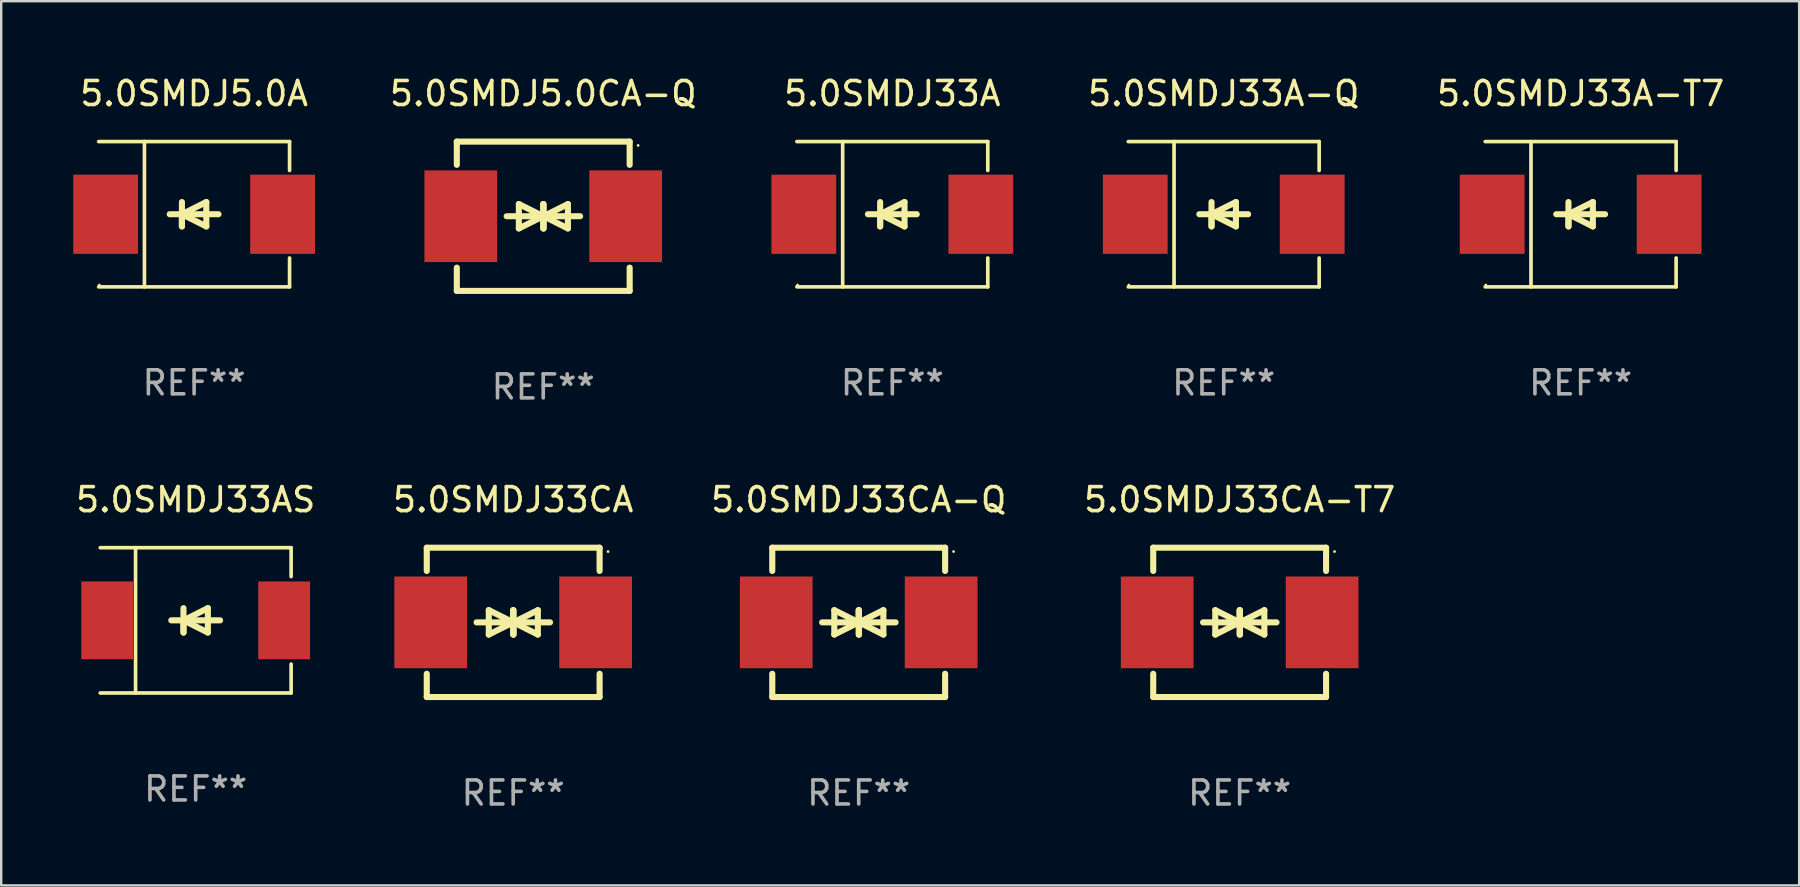
<source format=kicad_pcb>
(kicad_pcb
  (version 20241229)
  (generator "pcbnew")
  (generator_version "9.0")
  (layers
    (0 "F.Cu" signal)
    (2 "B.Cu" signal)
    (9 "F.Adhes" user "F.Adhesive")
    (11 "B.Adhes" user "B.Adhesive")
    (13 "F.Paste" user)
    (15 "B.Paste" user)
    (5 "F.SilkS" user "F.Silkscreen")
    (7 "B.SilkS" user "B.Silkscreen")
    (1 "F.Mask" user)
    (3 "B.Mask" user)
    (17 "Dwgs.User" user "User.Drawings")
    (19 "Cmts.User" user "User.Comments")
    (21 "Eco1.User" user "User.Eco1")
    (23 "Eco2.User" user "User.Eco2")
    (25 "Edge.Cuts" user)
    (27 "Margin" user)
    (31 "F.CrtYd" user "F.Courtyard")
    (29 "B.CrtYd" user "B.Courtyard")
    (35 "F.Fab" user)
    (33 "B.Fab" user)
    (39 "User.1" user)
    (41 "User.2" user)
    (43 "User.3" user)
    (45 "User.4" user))
  (footprint "5.0SMDJ33AS"
    (layer "F.Cu")
    (at 5.101 22.791)
    (property "Reference" "5.0SMDJ33AS" (at 0 -5.026 0) (layer "F.SilkS") (effects (font (size 1 1) (thickness 0.15))))
    (attr through_hole)
    (fp_line (start -3.976 -3.026) (end 3.976 -3.026) (stroke (width 0.152) (type solid)) (layer "F.SilkS"))
    (fp_line (start -3.976 3.026) (end 3.976 3.026) (stroke (width 0.152) (type solid)) (layer "F.SilkS"))
    (fp_line (start -2.504 -3.026) (end -2.504 3.026) (stroke (width 0.152) (type solid)) (layer "F.SilkS"))
    (fp_line (start -0.508 0) (end -0.508 0.508) (stroke (width 0.254) (type solid)) (layer "F.SilkS"))
    (fp_line (start -0.508 0) (end 0.508 0.508) (stroke (width 0.254) (type solid)) (layer "F.SilkS"))
    (fp_line (start -0.508 0.508) (end -0.508 -0.508) (stroke (width 0.254) (type solid)) (layer "F.SilkS"))
    (fp_line (start 0.508 -0.508) (end -0.508 0) (stroke (width 0.254) (type solid)) (layer "F.SilkS"))
    (fp_line (start 0.508 0.508) (end 0.508 -0.508) (stroke (width 0.254) (type solid)) (layer "F.SilkS"))
    (fp_line (start 1.016 0) (end -1.016 0) (stroke (width 0.254) (type solid)) (layer "F.SilkS"))
    (fp_line (start 3.976 -3.026) (end 3.976 -1.823) (stroke (width 0.152) (type solid)) (layer "F.SilkS"))
    (fp_line (start 3.976 3.026) (end 3.976 1.823) (stroke (width 0.152) (type solid)) (layer "F.SilkS"))
    (fp_circle (center 3.95 -2.95) (end 3.98 -2.95) (stroke (width 0.06) (type solid)) (fill no) (layer "F.SilkS"))
    (fp_text user "REF**" (at 0 7.026 0) (layer "F.Fab") (effects (font (size 1 1) (thickness 0.15))))
    (pad "1" smd rect (at 3.686 0 180) (size 2.158 3.24) (layers "F.Cu" "F.Mask" "F.Paste"))
    (pad "2" smd rect (at -3.686 0 180) (size 2.158 3.24) (layers "F.Cu" "F.Mask" "F.Paste")))
  (footprint "5.0SMDJ33A-T7"
    (layer "F.Cu")
    (at 62.794 5.874)
    (property "Reference" "5.0SMDJ33A-T7" (at 0 -5.026 0) (layer "F.SilkS") (effects (font (size 1 1) (thickness 0.15))))
    (attr through_hole)
    (fp_line (start -3.976 -3.026) (end 3.976 -3.026) (stroke (width 0.152) (type solid)) (layer "F.SilkS"))
    (fp_line (start -3.976 3.026) (end 3.976 3.026) (stroke (width 0.152) (type solid)) (layer "F.SilkS"))
    (fp_line (start -2.069 -3.026) (end -2.069 3.026) (stroke (width 0.152) (type solid)) (layer "F.SilkS"))
    (fp_line (start -0.508 0) (end -0.508 0.508) (stroke (width 0.254) (type solid)) (layer "F.SilkS"))
    (fp_line (start -0.508 0) (end 0.508 0.508) (stroke (width 0.254) (type solid)) (layer "F.SilkS"))
    (fp_line (start -0.508 0.508) (end -0.508 -0.508) (stroke (width 0.254) (type solid)) (layer "F.SilkS"))
    (fp_line (start 0.508 -0.508) (end -0.508 0) (stroke (width 0.254) (type solid)) (layer "F.SilkS"))
    (fp_line (start 0.508 0.508) (end 0.508 -0.508) (stroke (width 0.254) (type solid)) (layer "F.SilkS"))
    (fp_line (start 1.016 0) (end -1.016 0) (stroke (width 0.254) (type solid)) (layer "F.SilkS"))
    (fp_line (start 3.976 -3.026) (end 3.976 -1.823) (stroke (width 0.152) (type solid)) (layer "F.SilkS"))
    (fp_line (start 3.976 3.026) (end 3.976 1.823) (stroke (width 0.152) (type solid)) (layer "F.SilkS"))
    (fp_circle (center -3.95 2.95) (end -3.92 2.95) (stroke (width 0.06) (type solid)) (fill no) (layer "F.SilkS"))
    (fp_text user "REF**" (at 0 7.026 0) (layer "F.Fab") (effects (font (size 1 1) (thickness 0.15))))
    (pad "1" smd rect (at -3.686 0) (size 2.7 3.3) (layers "F.Cu" "F.Mask" "F.Paste"))
    (pad "2" smd rect (at 3.686 0) (size 2.7 3.3) (layers "F.Cu" "F.Mask" "F.Paste")))
  (footprint "5.0SMDJ33A"
    (layer "F.Cu")
    (at 34.121 5.874)
    (property "Reference" "5.0SMDJ33A" (at 0 -5.026 0) (layer "F.SilkS") (effects (font (size 1 1) (thickness 0.15))))
    (attr through_hole)
    (fp_line (start -3.976 -3.026) (end 3.976 -3.026) (stroke (width 0.152) (type solid)) (layer "F.SilkS"))
    (fp_line (start -3.976 3.026) (end 3.976 3.026) (stroke (width 0.152) (type solid)) (layer "F.SilkS"))
    (fp_line (start -2.069 -3.026) (end -2.069 3.026) (stroke (width 0.152) (type solid)) (layer "F.SilkS"))
    (fp_line (start -0.508 0) (end -0.508 0.508) (stroke (width 0.254) (type solid)) (layer "F.SilkS"))
    (fp_line (start -0.508 0) (end 0.508 0.508) (stroke (width 0.254) (type solid)) (layer "F.SilkS"))
    (fp_line (start -0.508 0.508) (end -0.508 -0.508) (stroke (width 0.254) (type solid)) (layer "F.SilkS"))
    (fp_line (start 0.508 -0.508) (end -0.508 0) (stroke (width 0.254) (type solid)) (layer "F.SilkS"))
    (fp_line (start 0.508 0.508) (end 0.508 -0.508) (stroke (width 0.254) (type solid)) (layer "F.SilkS"))
    (fp_line (start 1.016 0) (end -1.016 0) (stroke (width 0.254) (type solid)) (layer "F.SilkS"))
    (fp_line (start 3.976 -3.026) (end 3.976 -1.823) (stroke (width 0.152) (type solid)) (layer "F.SilkS"))
    (fp_line (start 3.976 3.026) (end 3.976 1.823) (stroke (width 0.152) (type solid)) (layer "F.SilkS"))
    (fp_circle (center -3.95 2.95) (end -3.92 2.95) (stroke (width 0.06) (type solid)) (fill no) (layer "F.SilkS"))
    (fp_text user "REF**" (at 0 7.026 0) (layer "F.Fab") (effects (font (size 1 1) (thickness 0.15))))
    (pad "1" smd rect (at -3.686 0) (size 2.7 3.3) (layers "F.Cu" "F.Mask" "F.Paste"))
    (pad "2" smd rect (at 3.686 0) (size 2.7 3.3) (layers "F.Cu" "F.Mask" "F.Paste")))
  (footprint "5.0SMDJ33CA"
    (layer "F.Cu")
    (at 18.327 22.875)
    (property "Reference" "5.0SMDJ33CA" (at 0 -5.11 0) (layer "F.SilkS") (effects (font (size 1 1) (thickness 0.15))))
    (attr through_hole)
    (fp_line (start -3.6 -2.141) (end -3.6 -3.11) (stroke (width 0.254) (type solid)) (layer "F.SilkS"))
    (fp_line (start -3.6 3.11) (end -3.6 2.141) (stroke (width 0.254) (type solid)) (layer "F.SilkS"))
    (fp_line (start -1.524 0) (end 0.508 0) (stroke (width 0.254) (type solid)) (layer "F.SilkS"))
    (fp_line (start -1.016 -0.508) (end -1.016 0.508) (stroke (width 0.254) (type solid)) (layer "F.SilkS"))
    (fp_line (start -1.016 0.508) (end 0 0) (stroke (width 0.254) (type solid)) (layer "F.SilkS"))
    (fp_line (start 0 -0.508) (end 0 0.508) (stroke (width 0.254) (type solid)) (layer "F.SilkS"))
    (fp_line (start 0 0) (end -1.016 -0.508) (stroke (width 0.254) (type solid)) (layer "F.SilkS"))
    (fp_line (start 0 0) (end 0 -0.508) (stroke (width 0.254) (type solid)) (layer "F.SilkS"))
    (fp_line (start 0.012 0) (end 0.012 0.508) (stroke (width 0.254) (type solid)) (layer "F.SilkS"))
    (fp_line (start 0.012 0) (end 1.028 0.508) (stroke (width 0.254) (type solid)) (layer "F.SilkS"))
    (fp_line (start 0.012 0.508) (end 0.012 -0.508) (stroke (width 0.254) (type solid)) (layer "F.SilkS"))
    (fp_line (start 1.028 -0.508) (end 0.012 0) (stroke (width 0.254) (type solid)) (layer "F.SilkS"))
    (fp_line (start 1.028 0.508) (end 1.028 -0.508) (stroke (width 0.254) (type solid)) (layer "F.SilkS"))
    (fp_line (start 1.536 0) (end -0.496 0) (stroke (width 0.254) (type solid)) (layer "F.SilkS"))
    (fp_line (start 3.6 -3.11) (end -3.6 -3.11) (stroke (width 0.254) (type solid)) (layer "F.SilkS"))
    (fp_line (start 3.6 -2.141) (end 3.6 -3.11) (stroke (width 0.254) (type solid)) (layer "F.SilkS"))
    (fp_line (start 3.6 3.11) (end -3.6 3.11) (stroke (width 0.254) (type solid)) (layer "F.SilkS"))
    (fp_line (start 3.6 3.11) (end 3.6 2.141) (stroke (width 0.254) (type solid)) (layer "F.SilkS"))
    (fp_circle (center 3.952 -2.95) (end 3.982 -2.95) (stroke (width 0.06) (type solid)) (fill no) (layer "F.SilkS"))
    (fp_text user "REF**" (at 0 7.11 0) (layer "F.Fab") (effects (font (size 1 1) (thickness 0.15))))
    (pad "1" smd rect (at 3.435 0) (size 3.03 3.82) (layers "F.Cu" "F.Mask" "F.Paste"))
    (pad "2" smd rect (at -3.435 0) (size 3.03 3.82) (layers "F.Cu" "F.Mask" "F.Paste")))
  (footprint "5.0SMDJ5.0CA-Q"
    (layer "F.Cu")
    (at 19.579 5.958)
    (property "Reference" "5.0SMDJ5.0CA-Q" (at 0 -5.11 0) (layer "F.SilkS") (effects (font (size 1 1) (thickness 0.15))))
    (attr through_hole)
    (fp_line (start -3.6 -2.141) (end -3.6 -3.11) (stroke (width 0.254) (type solid)) (layer "F.SilkS"))
    (fp_line (start -3.6 3.11) (end -3.6 2.141) (stroke (width 0.254) (type solid)) (layer "F.SilkS"))
    (fp_line (start -1.524 0) (end 0.508 0) (stroke (width 0.254) (type solid)) (layer "F.SilkS"))
    (fp_line (start -1.016 -0.508) (end -1.016 0.508) (stroke (width 0.254) (type solid)) (layer "F.SilkS"))
    (fp_line (start -1.016 0.508) (end 0 0) (stroke (width 0.254) (type solid)) (layer "F.SilkS"))
    (fp_line (start 0 -0.508) (end 0 0.508) (stroke (width 0.254) (type solid)) (layer "F.SilkS"))
    (fp_line (start 0 0) (end -1.016 -0.508) (stroke (width 0.254) (type solid)) (layer "F.SilkS"))
    (fp_line (start 0 0) (end 0 -0.508) (stroke (width 0.254) (type solid)) (layer "F.SilkS"))
    (fp_line (start 0.012 0) (end 0.012 0.508) (stroke (width 0.254) (type solid)) (layer "F.SilkS"))
    (fp_line (start 0.012 0) (end 1.028 0.508) (stroke (width 0.254) (type solid)) (layer "F.SilkS"))
    (fp_line (start 0.012 0.508) (end 0.012 -0.508) (stroke (width 0.254) (type solid)) (layer "F.SilkS"))
    (fp_line (start 1.028 -0.508) (end 0.012 0) (stroke (width 0.254) (type solid)) (layer "F.SilkS"))
    (fp_line (start 1.028 0.508) (end 1.028 -0.508) (stroke (width 0.254) (type solid)) (layer "F.SilkS"))
    (fp_line (start 1.536 0) (end -0.496 0) (stroke (width 0.254) (type solid)) (layer "F.SilkS"))
    (fp_line (start 3.6 -3.11) (end -3.6 -3.11) (stroke (width 0.254) (type solid)) (layer "F.SilkS"))
    (fp_line (start 3.6 -2.141) (end 3.6 -3.11) (stroke (width 0.254) (type solid)) (layer "F.SilkS"))
    (fp_line (start 3.6 3.11) (end -3.6 3.11) (stroke (width 0.254) (type solid)) (layer "F.SilkS"))
    (fp_line (start 3.6 3.11) (end 3.6 2.141) (stroke (width 0.254) (type solid)) (layer "F.SilkS"))
    (fp_circle (center 3.952 -2.95) (end 3.982 -2.95) (stroke (width 0.06) (type solid)) (fill no) (layer "F.SilkS"))
    (fp_text user "REF**" (at 0 7.11 0) (layer "F.Fab") (effects (font (size 1 1) (thickness 0.15))))
    (pad "1" smd rect (at 3.435 0) (size 3.03 3.82) (layers "F.Cu" "F.Mask" "F.Paste"))
    (pad "2" smd rect (at -3.435 0) (size 3.03 3.82) (layers "F.Cu" "F.Mask" "F.Paste")))
  (footprint "5.0SMDJ5.0A"
    (layer "F.Cu")
    (at 5.036 5.874)
    (property "Reference" "5.0SMDJ5.0A" (at 0 -5.026 0) (layer "F.SilkS") (effects (font (size 1 1) (thickness 0.15))))
    (attr through_hole)
    (fp_line (start -3.976 -3.026) (end 3.976 -3.026) (stroke (width 0.152) (type solid)) (layer "F.SilkS"))
    (fp_line (start -3.976 3.026) (end 3.976 3.026) (stroke (width 0.152) (type solid)) (layer "F.SilkS"))
    (fp_line (start -2.069 -3.026) (end -2.069 3.026) (stroke (width 0.152) (type solid)) (layer "F.SilkS"))
    (fp_line (start -0.508 0) (end -0.508 0.508) (stroke (width 0.254) (type solid)) (layer "F.SilkS"))
    (fp_line (start -0.508 0) (end 0.508 0.508) (stroke (width 0.254) (type solid)) (layer "F.SilkS"))
    (fp_line (start -0.508 0.508) (end -0.508 -0.508) (stroke (width 0.254) (type solid)) (layer "F.SilkS"))
    (fp_line (start 0.508 -0.508) (end -0.508 0) (stroke (width 0.254) (type solid)) (layer "F.SilkS"))
    (fp_line (start 0.508 0.508) (end 0.508 -0.508) (stroke (width 0.254) (type solid)) (layer "F.SilkS"))
    (fp_line (start 1.016 0) (end -1.016 0) (stroke (width 0.254) (type solid)) (layer "F.SilkS"))
    (fp_line (start 3.976 -3.026) (end 3.976 -1.823) (stroke (width 0.152) (type solid)) (layer "F.SilkS"))
    (fp_line (start 3.976 3.026) (end 3.976 1.823) (stroke (width 0.152) (type solid)) (layer "F.SilkS"))
    (fp_circle (center -3.95 2.95) (end -3.92 2.95) (stroke (width 0.06) (type solid)) (fill no) (layer "F.SilkS"))
    (fp_text user "REF**" (at 0 7.026 0) (layer "F.Fab") (effects (font (size 1 1) (thickness 0.15))))
    (pad "1" smd rect (at -3.686 0) (size 2.7 3.3) (layers "F.Cu" "F.Mask" "F.Paste"))
    (pad "2" smd rect (at 3.686 0) (size 2.7 3.3) (layers "F.Cu" "F.Mask" "F.Paste")))
  (footprint "5.0SMDJ33CA-Q"
    (layer "F.Cu")
    (at 32.72 22.875)
    (property "Reference" "5.0SMDJ33CA-Q" (at 0 -5.11 0) (layer "F.SilkS") (effects (font (size 1 1) (thickness 0.15))))
    (attr through_hole)
    (fp_line (start -3.6 -2.141) (end -3.6 -3.11) (stroke (width 0.254) (type solid)) (layer "F.SilkS"))
    (fp_line (start -3.6 3.11) (end -3.6 2.141) (stroke (width 0.254) (type solid)) (layer "F.SilkS"))
    (fp_line (start -1.524 0) (end 0.508 0) (stroke (width 0.254) (type solid)) (layer "F.SilkS"))
    (fp_line (start -1.016 -0.508) (end -1.016 0.508) (stroke (width 0.254) (type solid)) (layer "F.SilkS"))
    (fp_line (start -1.016 0.508) (end 0 0) (stroke (width 0.254) (type solid)) (layer "F.SilkS"))
    (fp_line (start 0 -0.508) (end 0 0.508) (stroke (width 0.254) (type solid)) (layer "F.SilkS"))
    (fp_line (start 0 0) (end -1.016 -0.508) (stroke (width 0.254) (type solid)) (layer "F.SilkS"))
    (fp_line (start 0 0) (end 0 -0.508) (stroke (width 0.254) (type solid)) (layer "F.SilkS"))
    (fp_line (start 0.012 0) (end 0.012 0.508) (stroke (width 0.254) (type solid)) (layer "F.SilkS"))
    (fp_line (start 0.012 0) (end 1.028 0.508) (stroke (width 0.254) (type solid)) (layer "F.SilkS"))
    (fp_line (start 0.012 0.508) (end 0.012 -0.508) (stroke (width 0.254) (type solid)) (layer "F.SilkS"))
    (fp_line (start 1.028 -0.508) (end 0.012 0) (stroke (width 0.254) (type solid)) (layer "F.SilkS"))
    (fp_line (start 1.028 0.508) (end 1.028 -0.508) (stroke (width 0.254) (type solid)) (layer "F.SilkS"))
    (fp_line (start 1.536 0) (end -0.496 0) (stroke (width 0.254) (type solid)) (layer "F.SilkS"))
    (fp_line (start 3.6 -3.11) (end -3.6 -3.11) (stroke (width 0.254) (type solid)) (layer "F.SilkS"))
    (fp_line (start 3.6 -2.141) (end 3.6 -3.11) (stroke (width 0.254) (type solid)) (layer "F.SilkS"))
    (fp_line (start 3.6 3.11) (end -3.6 3.11) (stroke (width 0.254) (type solid)) (layer "F.SilkS"))
    (fp_line (start 3.6 3.11) (end 3.6 2.141) (stroke (width 0.254) (type solid)) (layer "F.SilkS"))
    (fp_circle (center 3.952 -2.95) (end 3.982 -2.95) (stroke (width 0.06) (type solid)) (fill no) (layer "F.SilkS"))
    (fp_text user "REF**" (at 0 7.11 0) (layer "F.Fab") (effects (font (size 1 1) (thickness 0.15))))
    (pad "1" smd rect (at 3.435 0) (size 3.03 3.82) (layers "F.Cu" "F.Mask" "F.Paste"))
    (pad "2" smd rect (at -3.435 0) (size 3.03 3.82) (layers "F.Cu" "F.Mask" "F.Paste")))
  (footprint "5.0SMDJ33CA-T7"
    (layer "F.Cu")
    (at 48.589 22.875)
    (property "Reference" "5.0SMDJ33CA-T7" (at 0 -5.11 0) (layer "F.SilkS") (effects (font (size 1 1) (thickness 0.15))))
    (attr through_hole)
    (fp_line (start -3.6 -2.141) (end -3.6 -3.11) (stroke (width 0.254) (type solid)) (layer "F.SilkS"))
    (fp_line (start -3.6 3.11) (end -3.6 2.141) (stroke (width 0.254) (type solid)) (layer "F.SilkS"))
    (fp_line (start -1.524 0) (end 0.508 0) (stroke (width 0.254) (type solid)) (layer "F.SilkS"))
    (fp_line (start -1.016 -0.508) (end -1.016 0.508) (stroke (width 0.254) (type solid)) (layer "F.SilkS"))
    (fp_line (start -1.016 0.508) (end 0 0) (stroke (width 0.254) (type solid)) (layer "F.SilkS"))
    (fp_line (start 0 -0.508) (end 0 0.508) (stroke (width 0.254) (type solid)) (layer "F.SilkS"))
    (fp_line (start 0 0) (end -1.016 -0.508) (stroke (width 0.254) (type solid)) (layer "F.SilkS"))
    (fp_line (start 0 0) (end 0 -0.508) (stroke (width 0.254) (type solid)) (layer "F.SilkS"))
    (fp_line (start 0.012 0) (end 0.012 0.508) (stroke (width 0.254) (type solid)) (layer "F.SilkS"))
    (fp_line (start 0.012 0) (end 1.028 0.508) (stroke (width 0.254) (type solid)) (layer "F.SilkS"))
    (fp_line (start 0.012 0.508) (end 0.012 -0.508) (stroke (width 0.254) (type solid)) (layer "F.SilkS"))
    (fp_line (start 1.028 -0.508) (end 0.012 0) (stroke (width 0.254) (type solid)) (layer "F.SilkS"))
    (fp_line (start 1.028 0.508) (end 1.028 -0.508) (stroke (width 0.254) (type solid)) (layer "F.SilkS"))
    (fp_line (start 1.536 0) (end -0.496 0) (stroke (width 0.254) (type solid)) (layer "F.SilkS"))
    (fp_line (start 3.6 -3.11) (end -3.6 -3.11) (stroke (width 0.254) (type solid)) (layer "F.SilkS"))
    (fp_line (start 3.6 -2.141) (end 3.6 -3.11) (stroke (width 0.254) (type solid)) (layer "F.SilkS"))
    (fp_line (start 3.6 3.11) (end -3.6 3.11) (stroke (width 0.254) (type solid)) (layer "F.SilkS"))
    (fp_line (start 3.6 3.11) (end 3.6 2.141) (stroke (width 0.254) (type solid)) (layer "F.SilkS"))
    (fp_circle (center 3.952 -2.95) (end 3.982 -2.95) (stroke (width 0.06) (type solid)) (fill no) (layer "F.SilkS"))
    (fp_text user "REF**" (at 0 7.11 0) (layer "F.Fab") (effects (font (size 1 1) (thickness 0.15))))
    (pad "1" smd rect (at 3.435 0) (size 3.03 3.82) (layers "F.Cu" "F.Mask" "F.Paste"))
    (pad "2" smd rect (at -3.435 0) (size 3.03 3.82) (layers "F.Cu" "F.Mask" "F.Paste")))
  (footprint "5.0SMDJ33A-Q"
    (layer "F.Cu")
    (at 47.925 5.874)
    (property "Reference" "5.0SMDJ33A-Q" (at 0 -5.026 0) (layer "F.SilkS") (effects (font (size 1 1) (thickness 0.15))))
    (attr through_hole)
    (fp_line (start -3.976 -3.026) (end 3.976 -3.026) (stroke (width 0.152) (type solid)) (layer "F.SilkS"))
    (fp_line (start -3.976 3.026) (end 3.976 3.026) (stroke (width 0.152) (type solid)) (layer "F.SilkS"))
    (fp_line (start -2.069 -3.026) (end -2.069 3.026) (stroke (width 0.152) (type solid)) (layer "F.SilkS"))
    (fp_line (start -0.508 0) (end -0.508 0.508) (stroke (width 0.254) (type solid)) (layer "F.SilkS"))
    (fp_line (start -0.508 0) (end 0.508 0.508) (stroke (width 0.254) (type solid)) (layer "F.SilkS"))
    (fp_line (start -0.508 0.508) (end -0.508 -0.508) (stroke (width 0.254) (type solid)) (layer "F.SilkS"))
    (fp_line (start 0.508 -0.508) (end -0.508 0) (stroke (width 0.254) (type solid)) (layer "F.SilkS"))
    (fp_line (start 0.508 0.508) (end 0.508 -0.508) (stroke (width 0.254) (type solid)) (layer "F.SilkS"))
    (fp_line (start 1.016 0) (end -1.016 0) (stroke (width 0.254) (type solid)) (layer "F.SilkS"))
    (fp_line (start 3.976 -3.026) (end 3.976 -1.823) (stroke (width 0.152) (type solid)) (layer "F.SilkS"))
    (fp_line (start 3.976 3.026) (end 3.976 1.823) (stroke (width 0.152) (type solid)) (layer "F.SilkS"))
    (fp_circle (center -3.95 2.95) (end -3.92 2.95) (stroke (width 0.06) (type solid)) (fill no) (layer "F.SilkS"))
    (fp_text user "REF**" (at 0 7.026 0) (layer "F.Fab") (effects (font (size 1 1) (thickness 0.15))))
    (pad "1" smd rect (at -3.686 0) (size 2.7 3.3) (layers "F.Cu" "F.Mask" "F.Paste"))
    (pad "2" smd rect (at 3.686 0) (size 2.7 3.3) (layers "F.Cu" "F.Mask" "F.Paste")))
  (gr_rect
    (start -3 -3)
    (end 71.895 33.833)
    (stroke (width 0.1) (type default))
    (fill no)
    (layer "Edge.Cuts")))
</source>
